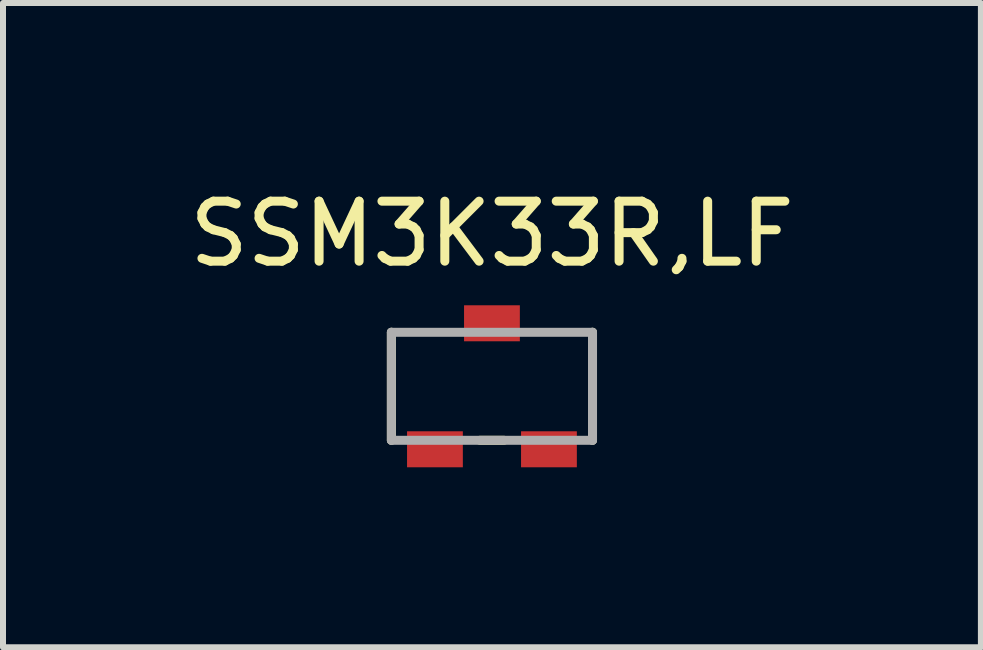
<source format=kicad_pcb>
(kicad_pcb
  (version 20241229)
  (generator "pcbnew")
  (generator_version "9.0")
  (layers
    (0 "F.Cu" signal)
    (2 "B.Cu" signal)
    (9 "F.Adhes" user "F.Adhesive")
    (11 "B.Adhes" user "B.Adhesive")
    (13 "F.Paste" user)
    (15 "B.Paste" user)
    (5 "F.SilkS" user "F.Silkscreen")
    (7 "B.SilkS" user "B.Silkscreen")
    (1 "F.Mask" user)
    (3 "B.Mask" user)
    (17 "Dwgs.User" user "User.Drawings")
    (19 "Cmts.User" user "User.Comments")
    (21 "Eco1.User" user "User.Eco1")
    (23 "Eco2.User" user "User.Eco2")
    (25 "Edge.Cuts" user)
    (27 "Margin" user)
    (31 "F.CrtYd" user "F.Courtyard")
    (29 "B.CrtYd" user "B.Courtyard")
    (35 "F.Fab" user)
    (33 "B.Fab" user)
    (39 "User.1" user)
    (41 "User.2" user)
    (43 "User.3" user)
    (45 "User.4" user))
  (footprint "SSM3K33R,LF"
    (layer "F.Cu")
    (at 5.149 3.388)
    (property "Reference" "SSM3K33R,LF" (at 0 -2.54 0) (layer "F.SilkS") (effects (font (size 1 1) (thickness 0.15))))
    (attr through_hole)
    (fp_line (start -1.676 -0.9) (end -1.676 0.9) (stroke (width 0.15) (type solid)) (layer "F.SilkS"))
    (fp_line (start -0.2 0.9) (end 0.2 0.9) (stroke (width 0.15) (type solid)) (layer "F.SilkS"))
    (fp_line (start 1.676 -0.9) (end 1.676 0.9) (stroke (width 0.15) (type solid)) (layer "F.SilkS"))
    (fp_line (start -1.676 -0.9) (end -1.676 0.9) (stroke (width 0.15) (type solid)) (layer "F.Fab"))
    (fp_line (start -1.676 -0.9) (end 1.676 -0.9) (stroke (width 0.15) (type solid)) (layer "F.Fab"))
    (fp_line (start -1.676 0.9) (end 1.676 0.9) (stroke (width 0.15) (type solid)) (layer "F.Fab"))
    (fp_line (start 1.676 -0.9) (end 1.676 0.9) (stroke (width 0.15) (type solid)) (layer "F.Fab"))
    (pad "1" smd rect (at -0.95 1.05) (size 0.93 0.6) (layers "F.Cu" "F.Mask" "F.Paste"))
    (pad "2" smd rect (at 0.95 1.05) (size 0.93 0.6) (layers "F.Cu" "F.Mask" "F.Paste"))
    (pad "3" smd rect (at 0 -1.05) (size 0.93 0.6) (layers "F.Cu" "F.Mask" "F.Paste")))
  (gr_rect
    (start -3 -3)
    (end 13.298 7.738)
    (stroke (width 0.1) (type default))
    (fill no)
    (layer "Edge.Cuts")))
</source>
